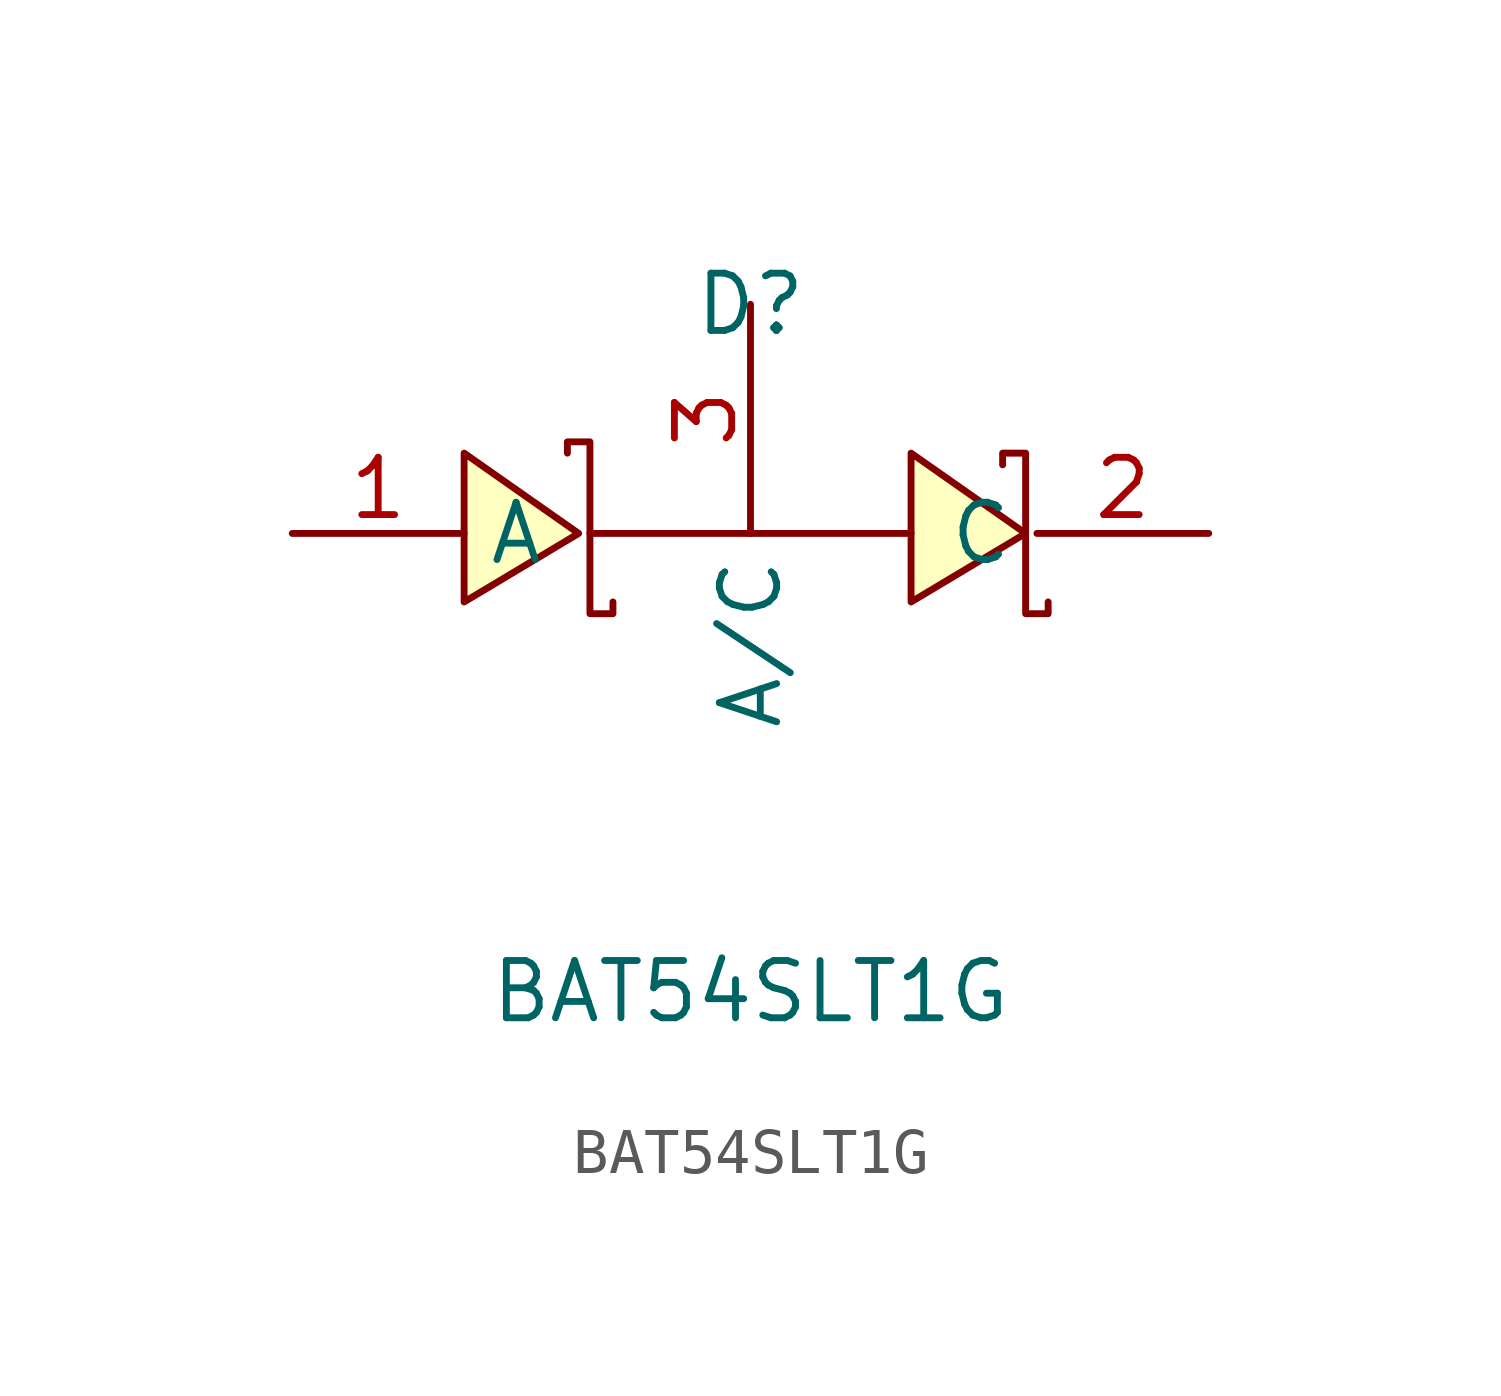
<source format=kicad_sym>
(kicad_symbol_lib
  (version 20241209)
  (generator "kicad_symbol_editor")
  (generator_version "9.0")
  (symbol "BAT54SLT1G"
    (property "Reference" "D"
      (at 0 6.35 0)
      (effects (font (size 1.27 1.27))))
    (property "Value" "BAT54SLT1G"
      (at 0 -8.89 0)
      (effects (font (size 1.27 1.27))))
    (symbol "BAT54SLT1G_0_1"
      (polyline (pts (xy -6.35 -0.25) (xy -3.81 1.27) (xy -6.35 3.05) (xy -6.35 -0.25)) (stroke (width 0) (type default)) (fill (type background)))
      (polyline (pts (xy -3.56 1.27) (xy 3.56 1.27)) (stroke (width 0) (type default)) (fill (type none)))
      (polyline (pts (xy -3.05 -0.25) (xy -3.05 -0.51) (xy -3.56 -0.51) (xy -3.56 3.3) (xy -4.06 3.3) (xy -4.06 3.05)) (stroke (width 0) (type default)) (fill (type none)))
      (polyline (pts (xy 3.56 -0.25) (xy 6.1 1.27) (xy 3.56 3.05) (xy 3.56 -0.25)) (stroke (width 0) (type default)) (fill (type background)))
      (polyline (pts (xy 6.6 -0.25) (xy 6.6 -0.51) (xy 6.1 -0.51) (xy 6.1 3.05) (xy 5.59 3.05) (xy 5.59 2.79)) (stroke (width 0) (type default)) (fill (type none)))
      (pin unspecified line (at -10.16 1.27 0) (length 3.81) (name "A" (effects (font (size 1.27 1.27)))) (number "1" (effects (font (size 1.27 1.27)))))
      (pin unspecified line (at 0 6.35 270) (length 5.08) (name "A/C" (effects (font (size 1.27 1.27)))) (number "3" (effects (font (size 1.27 1.27)))))
      (pin unspecified line (at 10.16 1.27 180) (length 3.81) (name "C" (effects (font (size 1.27 1.27)))) (number "2" (effects (font (size 1.27 1.27))))))))
</source>
